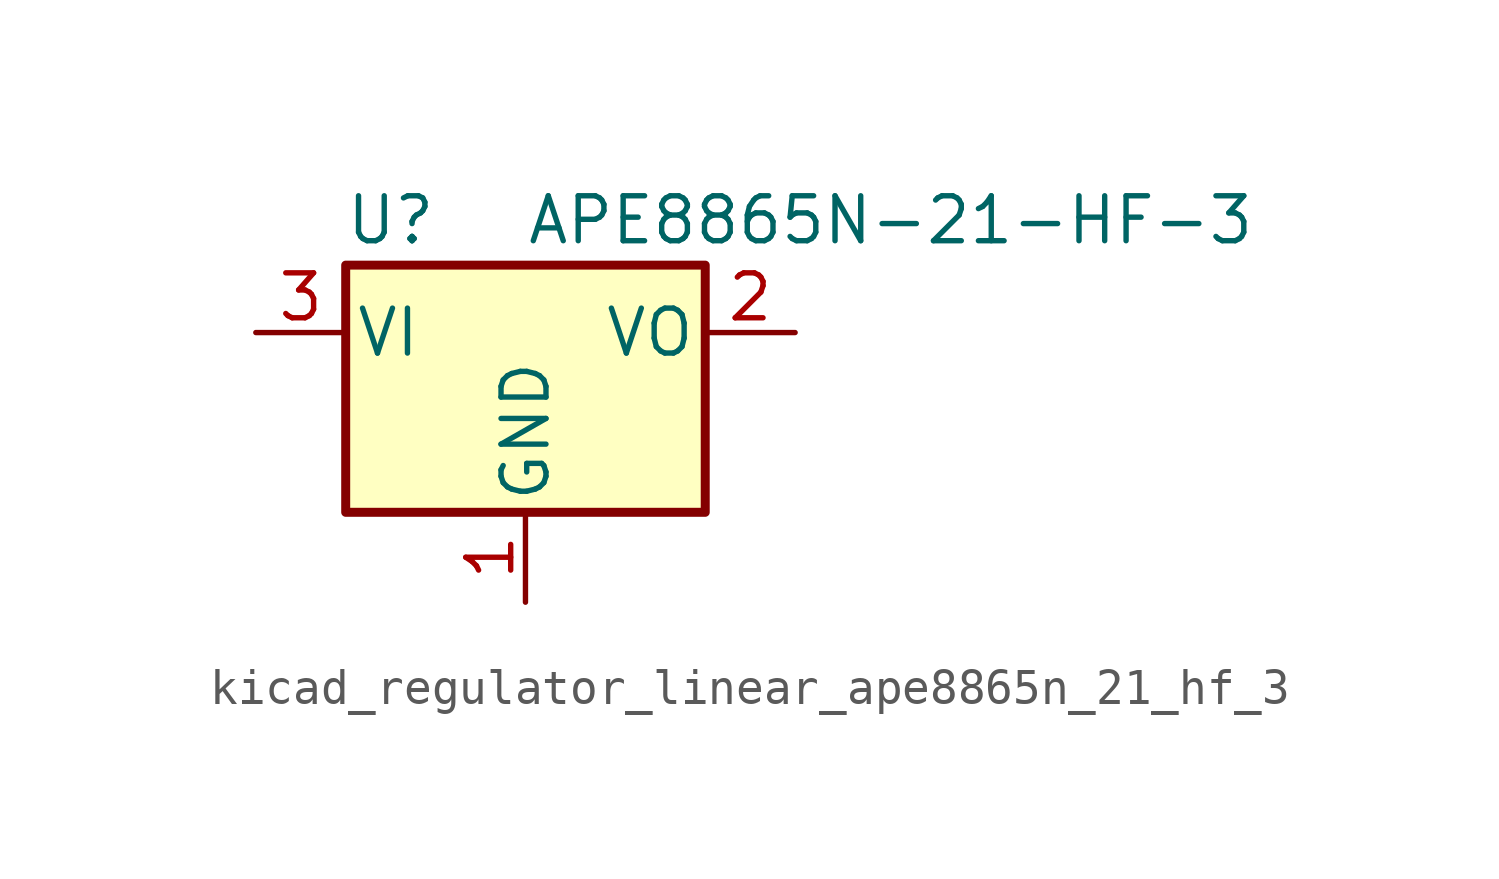
<source format=kicad_sym>
(kicad_symbol_lib
  (version 20220914)
  (generator kicad_symbol_editor)
  (symbol "kicad_regulator_linear_ape8865n_21_hf_3"
    (pin_names
      (offset 0.254))
    (property "Reference" "U"
      (at -3.81 3.175 0)
      (effects (font (size 1.27 1.27))))
    (property "Value" "APE8865N-21-HF-3"
      (at 0 3.175 0)
      (effects (font (size 1.27 1.27)) (justify left)))
    (symbol "kicad_regulator_linear_ape8865n_21_hf_3_0_1"
      (rectangle (start -5.08 1.905) (end 5.08 -5.08) (stroke (width 0.254) (type default)) (fill (type background))))
    (symbol "kicad_regulator_linear_ape8865n_21_hf_3_1_1"
      (pin power_in line (at 0 -7.62 90) (length 2.54) (name "GND" (effects (font (size 1.27 1.27)))) (number "1" (effects (font (size 1.27 1.27)))))
      (pin power_out line (at 7.62 0 180) (length 2.54) (name "VO" (effects (font (size 1.27 1.27)))) (number "2" (effects (font (size 1.27 1.27)))))
      (pin power_in line (at -7.62 0 0) (length 2.54) (name "VI" (effects (font (size 1.27 1.27)))) (number "3" (effects (font (size 1.27 1.27))))))))
</source>
